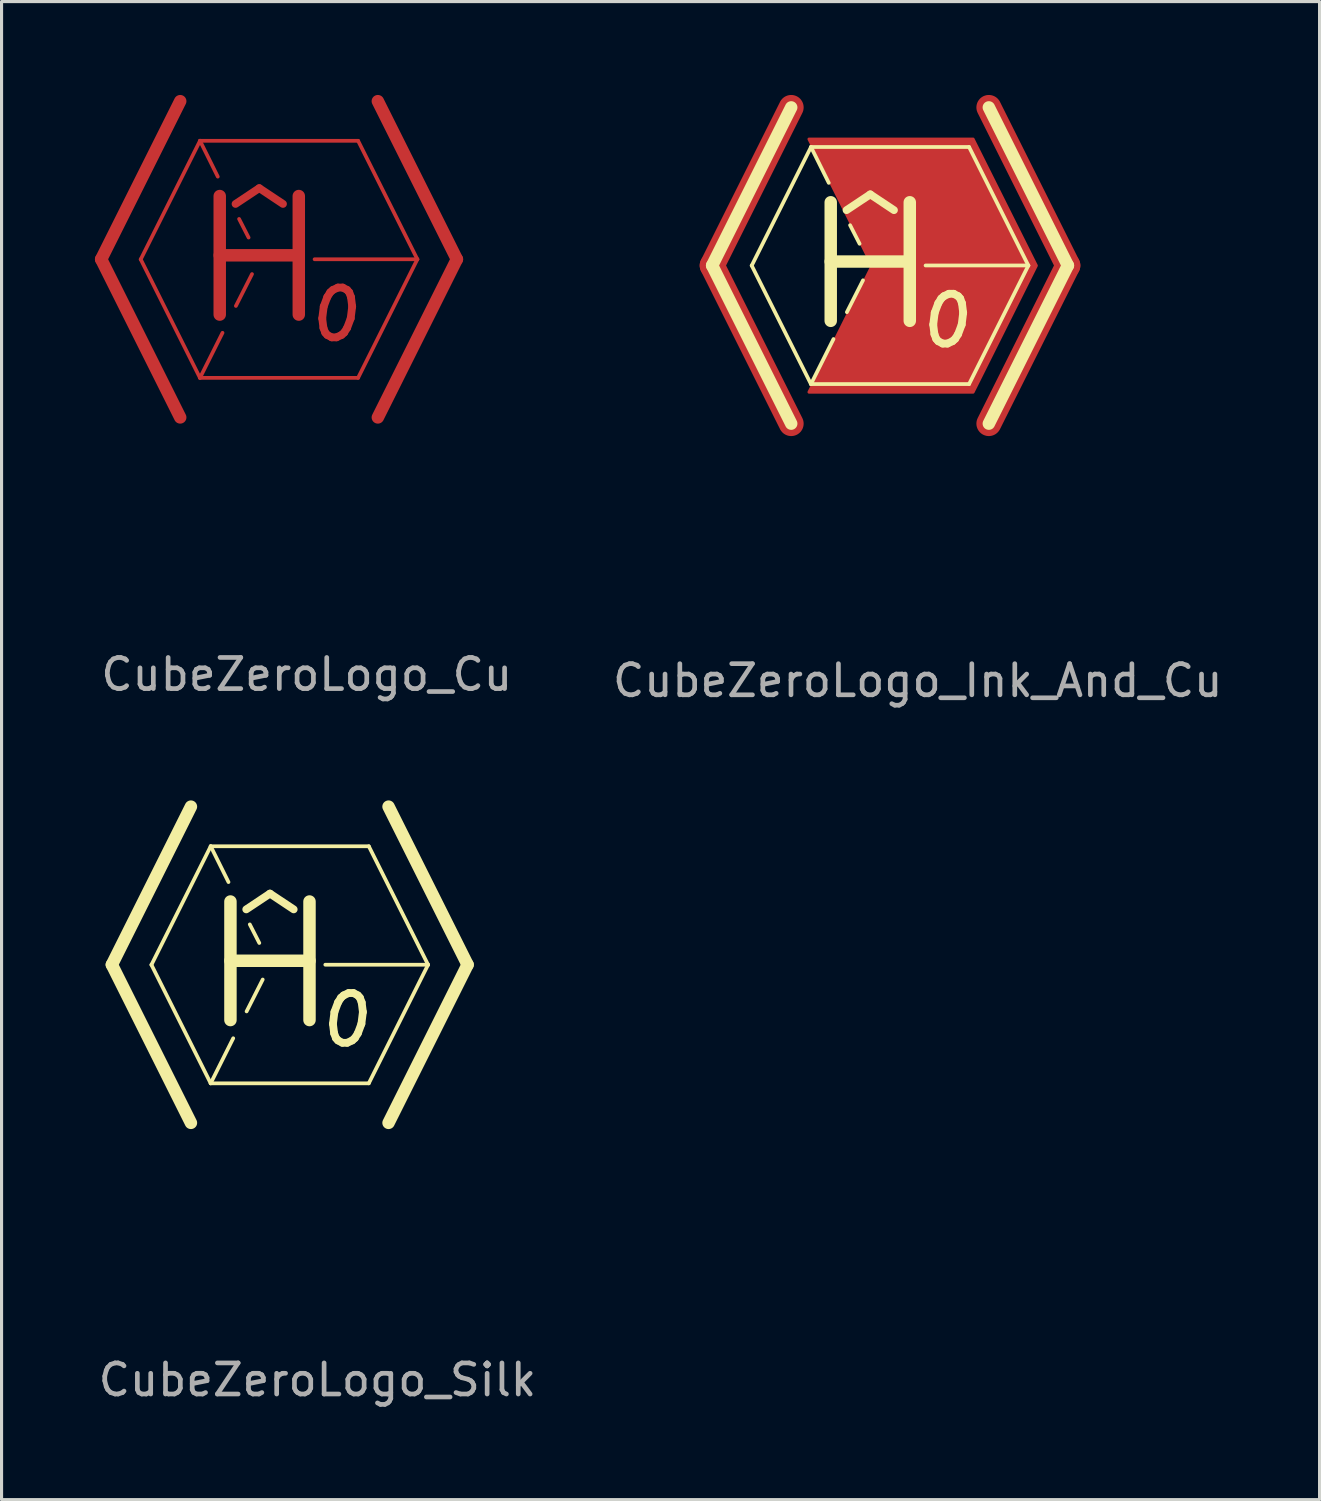
<source format=kicad_pcb>
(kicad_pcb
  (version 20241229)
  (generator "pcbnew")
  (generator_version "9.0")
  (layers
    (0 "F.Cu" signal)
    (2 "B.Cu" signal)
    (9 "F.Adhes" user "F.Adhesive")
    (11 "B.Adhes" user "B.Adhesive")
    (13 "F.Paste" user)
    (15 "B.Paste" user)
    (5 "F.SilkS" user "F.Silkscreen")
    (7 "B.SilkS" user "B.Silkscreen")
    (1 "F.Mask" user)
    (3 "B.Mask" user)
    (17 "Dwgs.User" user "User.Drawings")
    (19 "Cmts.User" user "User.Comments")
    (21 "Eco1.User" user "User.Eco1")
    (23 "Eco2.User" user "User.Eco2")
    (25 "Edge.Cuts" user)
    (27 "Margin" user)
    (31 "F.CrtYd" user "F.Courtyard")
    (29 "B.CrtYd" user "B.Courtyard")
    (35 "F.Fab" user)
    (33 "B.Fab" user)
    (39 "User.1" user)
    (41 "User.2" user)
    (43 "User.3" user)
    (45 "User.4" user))
  (footprint "CubeZeroLogo_Cu"
    (layer "F.Cu")
    (at 6.17 5.284)
    (property "Reference" "CubeZeroLogo_Cu" (at 0.635 13.335 0) (layer "F.Fab") (effects (font (size 1 1) (thickness 0.15))))
    (attr through_hole)
    (fp_line (start -5.97 -0.004) (end -3.43 5.077) (stroke (width 0.4) (type solid)) (layer "F.Cu"))
    (fp_line (start -4.7 -0.004) (end -2.795 3.807) (stroke (width 0.12) (type solid)) (layer "F.Cu"))
    (fp_line (start -3.43 -5.083) (end -5.97 -0.004) (stroke (width 0.4) (type solid)) (layer "F.Cu"))
    (fp_line (start -2.795 -3.813) (end -2.223 -2.659) (stroke (width 0.12) (type solid)) (layer "F.Cu"))
    (fp_line (start -2.794 -3.81) (end -4.699 0) (stroke (width 0.12) (type solid)) (layer "F.Cu"))
    (fp_line (start -2.794 -3.81) (end 2.286 -3.81) (stroke (width 0.12) (type solid)) (layer "F.Cu"))
    (fp_line (start -2.16 -2.035) (end -2.16 1.774) (stroke (width 0.4) (type solid)) (layer "F.Cu"))
    (fp_line (start -2.071 2.359) (end -2.795 3.807) (stroke (width 0.12) (type solid)) (layer "F.Cu"))
    (fp_line (start -1.652 -1.782) (end -0.89 -2.289) (stroke (width 0.25) (type solid)) (layer "F.Cu"))
    (fp_line (start -1.538 -1.299) (end -1.233 -0.702) (stroke (width 0.12) (type solid)) (layer "F.Cu"))
    (fp_line (start -1.123 0.472) (end -1.641 1.496) (stroke (width 0.12) (type solid)) (layer "F.Cu"))
    (fp_line (start -0.89 -2.289) (end -0.128 -1.782) (stroke (width 0.25) (type solid)) (layer "F.Cu"))
    (fp_line (start 0.38 -2.035) (end 0.38 1.774) (stroke (width 0.4) (type solid)) (layer "F.Cu"))
    (fp_line (start 0.38 -0.131) (end -2.16 -0.131) (stroke (width 0.4) (type solid)) (layer "F.Cu"))
    (fp_line (start 0.888 -0.004) (end 4.19 -0.004) (stroke (width 0.12) (type solid)) (layer "F.Cu"))
    (fp_line (start 2.285 3.807) (end -2.795 3.807) (stroke (width 0.12) (type solid)) (layer "F.Cu"))
    (fp_line (start 2.286 -3.81) (end 4.191 0) (stroke (width 0.12) (type solid)) (layer "F.Cu"))
    (fp_line (start 2.92 -5.083) (end 5.46 -0.004) (stroke (width 0.4) (type solid)) (layer "F.Cu"))
    (fp_line (start 4.19 -0.004) (end 2.285 3.807) (stroke (width 0.12) (type solid)) (layer "F.Cu"))
    (fp_line (start 5.46 -0.004) (end 2.92 5.077) (stroke (width 0.4) (type solid)) (layer "F.Cu"))
    (fp_text user "0" (at 1.524 1.778 0) (layer "F.Cu") (effects (font (size 1.6 1.6) (thickness 0.25) (italic yes)))))
  (footprint "CubeZeroLogo_Silk"
    (layer "F.Cu")
    (at 6.514 27.95)
    (property "Reference" "CubeZeroLogo_Silk" (at 0.635 13.335 0) (layer "F.Fab") (effects (font (size 1 1) (thickness 0.15))))
    (attr through_hole)
    (fp_line (start -5.97 -0.004) (end -3.43 5.077) (stroke (width 0.4) (type solid)) (layer "F.SilkS"))
    (fp_line (start -4.7 -0.004) (end -2.795 3.807) (stroke (width 0.12) (type solid)) (layer "F.SilkS"))
    (fp_line (start -3.43 -5.083) (end -5.97 -0.004) (stroke (width 0.4) (type solid)) (layer "F.SilkS"))
    (fp_line (start -2.795 -3.813) (end -2.223 -2.659) (stroke (width 0.12) (type solid)) (layer "F.SilkS"))
    (fp_line (start -2.794 -3.81) (end -4.699 0) (stroke (width 0.12) (type solid)) (layer "F.SilkS"))
    (fp_line (start -2.794 -3.81) (end 2.286 -3.81) (stroke (width 0.12) (type solid)) (layer "F.SilkS"))
    (fp_line (start -2.16 -2.035) (end -2.16 1.774) (stroke (width 0.4) (type solid)) (layer "F.SilkS"))
    (fp_line (start -2.071 2.359) (end -2.795 3.807) (stroke (width 0.12) (type solid)) (layer "F.SilkS"))
    (fp_line (start -1.652 -1.782) (end -0.89 -2.289) (stroke (width 0.25) (type solid)) (layer "F.SilkS"))
    (fp_line (start -1.538 -1.299) (end -1.233 -0.702) (stroke (width 0.12) (type solid)) (layer "F.SilkS"))
    (fp_line (start -1.123 0.472) (end -1.641 1.496) (stroke (width 0.12) (type solid)) (layer "F.SilkS"))
    (fp_line (start -0.89 -2.289) (end -0.128 -1.782) (stroke (width 0.25) (type solid)) (layer "F.SilkS"))
    (fp_line (start 0.38 -2.035) (end 0.38 1.774) (stroke (width 0.4) (type solid)) (layer "F.SilkS"))
    (fp_line (start 0.38 -0.131) (end -2.16 -0.131) (stroke (width 0.4) (type solid)) (layer "F.SilkS"))
    (fp_line (start 0.888 -0.004) (end 4.19 -0.004) (stroke (width 0.12) (type solid)) (layer "F.SilkS"))
    (fp_line (start 2.285 3.807) (end -2.795 3.807) (stroke (width 0.12) (type solid)) (layer "F.SilkS"))
    (fp_line (start 2.286 -3.81) (end 4.191 0) (stroke (width 0.12) (type solid)) (layer "F.SilkS"))
    (fp_line (start 2.92 -5.083) (end 5.46 -0.004) (stroke (width 0.4) (type solid)) (layer "F.SilkS"))
    (fp_line (start 4.19 -0.004) (end 2.285 3.807) (stroke (width 0.12) (type solid)) (layer "F.SilkS"))
    (fp_line (start 5.46 -0.004) (end 2.92 5.077) (stroke (width 0.4) (type solid)) (layer "F.SilkS"))
    (fp_text user "0" (at 1.524 1.778 0) (layer "F.SilkS") (effects (font (size 1.6 1.6) (thickness 0.25) (italic yes)))))
  (footprint "CubeZeroLogo_Ink_And_Cu"
    (layer "F.Cu")
    (at 25.801 5.484)
    (property "Reference" "CubeZeroLogo_Ink_And_Cu" (at 0.635 13.335 0) (layer "F.Fab") (effects (font (size 1 1) (thickness 0.15))))
    (attr through_hole)
    (fp_line (start -5.97 -0.004) (end -3.43 5.077) (stroke (width 0.8) (type solid)) (layer "F.Cu"))
    (fp_line (start -3.43 -5.083) (end -5.97 -0.004) (stroke (width 0.8) (type solid)) (layer "F.Cu"))
    (fp_line (start 2.92 -5.083) (end 5.46 -0.004) (stroke (width 0.8) (type solid)) (layer "F.Cu"))
    (fp_line (start 5.46 -0.004) (end 2.92 5.077) (stroke (width 0.8) (type solid)) (layer "F.Cu"))
    (fp_poly (pts (xy 4.445 0) (xy 2.413 4.064) (xy -2.857 4.064) (xy -0.826 0) (xy -2.857 -4.064) (xy 2.413 -4.064)) (stroke (width 0.1) (type solid)) (fill yes) (layer "F.Cu"))
    (fp_poly (pts (xy -1.778 1.27) (xy -1.778 0.254) (xy -1.27 0.254)) (stroke (width 0.1) (type solid)) (fill yes) (layer "F.Mask"))
    (fp_poly (pts (xy -1.778 1.27) (xy -1.778 0.254) (xy -1.27 0.254)) (stroke (width 0.1) (type solid)) (fill yes) (layer "F.Mask"))
    (fp_poly (pts (xy -1.397 -0.508) (xy -1.778 -0.508) (xy -1.778 -1.27)) (stroke (width 0.1) (type solid)) (fill yes) (layer "F.Mask"))
    (fp_poly (pts (xy -1.397 -0.508) (xy -1.778 -0.508) (xy -1.778 -1.27)) (stroke (width 0.1) (type solid)) (fill yes) (layer "F.Mask"))
    (fp_poly (pts (xy -2.54 2.032) (xy -2.286 2.223) (xy -2.794 3.302) (xy -4.445 0) (xy -2.54 0)) (stroke (width 0.1) (type solid)) (fill yes) (layer "F.Mask"))
    (fp_poly (pts (xy -2.54 2.032) (xy -2.286 2.223) (xy -2.794 3.302) (xy -4.445 0) (xy -2.54 0)) (stroke (width 0.1) (type solid)) (fill yes) (layer "F.Mask"))
    (fp_poly (pts (xy -2.349 -2.413) (xy -2.54 -2.286) (xy -2.54 0) (xy -4.445 0) (xy -2.794 -3.302)) (stroke (width 0.1) (type solid)) (fill yes) (layer "F.Mask"))
    (fp_poly (pts (xy -2.349 -2.413) (xy -2.54 -2.286) (xy -2.54 0) (xy -4.445 0) (xy -2.794 -3.302)) (stroke (width 0.1) (type solid)) (fill yes) (layer "F.Mask"))
    (fp_poly (pts (xy -0.191 -1.397) (xy 0 -1.397) (xy 0 -0.508) (xy -0.889 -0.508) (xy -1.397 -1.524) (xy -0.889 -1.841)) (stroke (width 0.1) (type solid)) (fill yes) (layer "F.Mask"))
    (fp_poly (pts (xy 3.81 -0.254) (xy 0.762 -0.254) (xy 0.762 -2.286) (xy 0.635 -2.413) (xy 0.127 -2.413) (xy 0 -2.286) (xy 0 -2.095) (xy -0.889 -2.667) (xy -1.714 -2.159) (xy -2.413 -3.556) (xy 2.159 -3.556)) (stroke (width 0.1) (type solid)) (fill yes) (layer "F.Mask"))
    (fp_line (start -5.97 -0.004) (end -3.43 5.077) (stroke (width 0.4) (type solid)) (layer "F.SilkS"))
    (fp_line (start -4.7 -0.004) (end -2.795 3.807) (stroke (width 0.12) (type solid)) (layer "F.SilkS"))
    (fp_line (start -3.43 -5.083) (end -5.97 -0.004) (stroke (width 0.4) (type solid)) (layer "F.SilkS"))
    (fp_line (start -2.795 -3.813) (end -2.223 -2.659) (stroke (width 0.12) (type solid)) (layer "F.SilkS"))
    (fp_line (start -2.794 -3.81) (end -4.699 0) (stroke (width 0.12) (type solid)) (layer "F.SilkS"))
    (fp_line (start -2.794 -3.81) (end 2.286 -3.81) (stroke (width 0.12) (type solid)) (layer "F.SilkS"))
    (fp_line (start -2.16 -2.035) (end -2.16 1.774) (stroke (width 0.4) (type solid)) (layer "F.SilkS"))
    (fp_line (start -2.071 2.359) (end -2.795 3.807) (stroke (width 0.12) (type solid)) (layer "F.SilkS"))
    (fp_line (start -1.652 -1.782) (end -0.89 -2.289) (stroke (width 0.25) (type solid)) (layer "F.SilkS"))
    (fp_line (start -1.538 -1.299) (end -1.233 -0.702) (stroke (width 0.12) (type solid)) (layer "F.SilkS"))
    (fp_line (start -1.123 0.472) (end -1.641 1.496) (stroke (width 0.12) (type solid)) (layer "F.SilkS"))
    (fp_line (start -0.89 -2.289) (end -0.128 -1.782) (stroke (width 0.25) (type solid)) (layer "F.SilkS"))
    (fp_line (start 0.38 -2.035) (end 0.38 1.774) (stroke (width 0.4) (type solid)) (layer "F.SilkS"))
    (fp_line (start 0.38 -0.131) (end -2.16 -0.131) (stroke (width 0.4) (type solid)) (layer "F.SilkS"))
    (fp_line (start 0.888 -0.004) (end 4.19 -0.004) (stroke (width 0.12) (type solid)) (layer "F.SilkS"))
    (fp_line (start 2.285 3.807) (end -2.795 3.807) (stroke (width 0.12) (type solid)) (layer "F.SilkS"))
    (fp_line (start 2.286 -3.81) (end 4.191 0) (stroke (width 0.12) (type solid)) (layer "F.SilkS"))
    (fp_line (start 2.92 -5.083) (end 5.46 -0.004) (stroke (width 0.4) (type solid)) (layer "F.SilkS"))
    (fp_line (start 4.19 -0.004) (end 2.285 3.807) (stroke (width 0.12) (type solid)) (layer "F.SilkS"))
    (fp_line (start 5.46 -0.004) (end 2.92 5.077) (stroke (width 0.4) (type solid)) (layer "F.SilkS"))
    (fp_text user "0" (at 1.524 1.778 0) (layer "F.SilkS") (effects (font (size 1.6 1.6) (thickness 0.25) (italic yes)))))
  (gr_rect
    (start -3 -3)
    (end 39.347 45.133)
    (stroke (width 0.1) (type default))
    (fill no)
    (layer "Edge.Cuts")))
</source>
